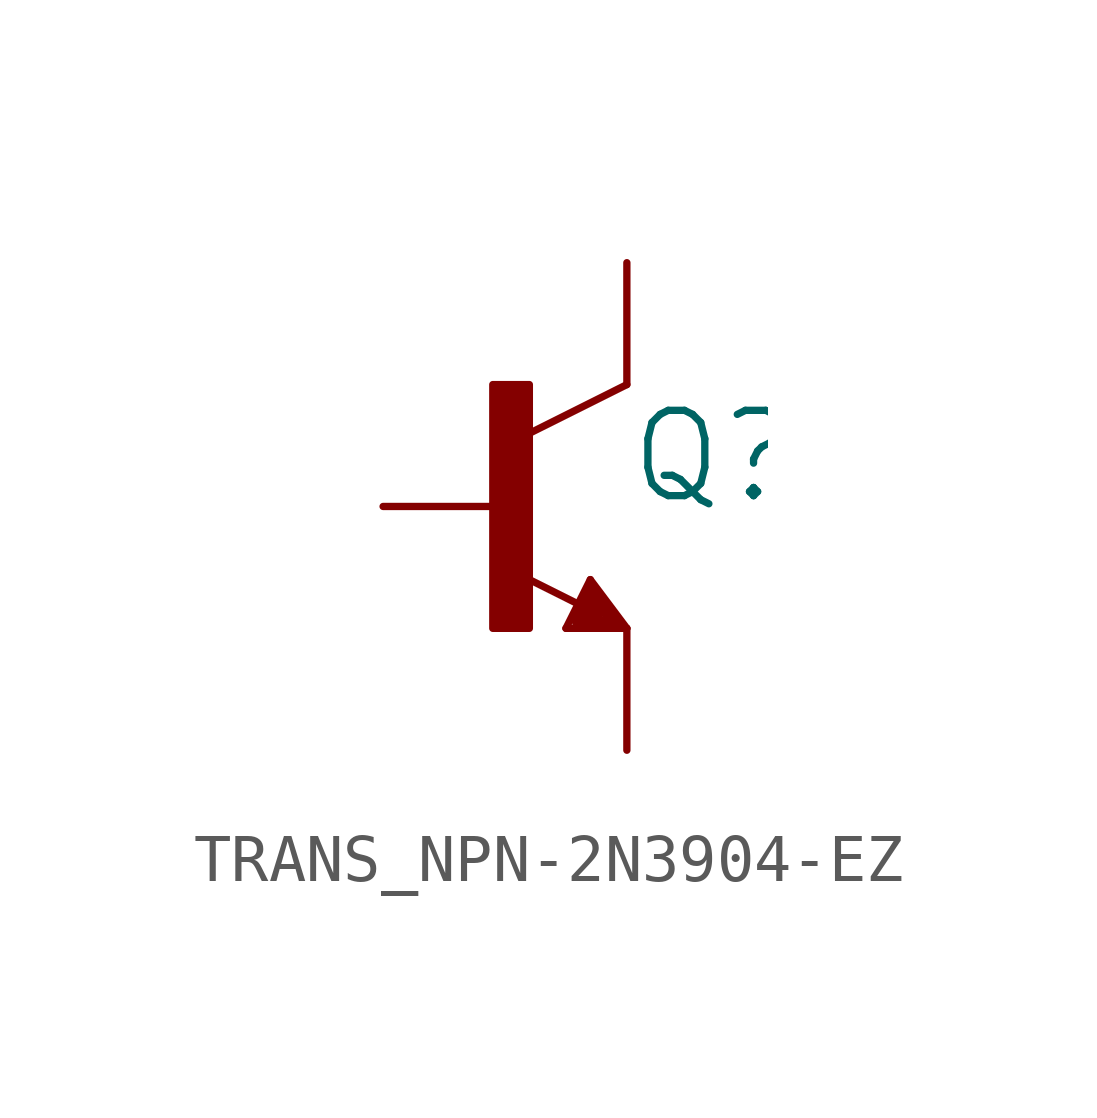
<source format=kicad_sym>
(kicad_symbol_lib
  (version 20241209)
  (generator "kicad_symbol_editor")
  (generator_version "9.0")
  (symbol "TRANS_NPN-2N3904-EZ"
    (property "Reference" "Q"
      (at 2.54 0 0)
      (effects (font (size 1.778 1.778)) (justify left bottom)))
    (property "Value" ""
      (at 2.54 -2.286 0)
      (effects (font (size 1.778 1.778)) (justify left bottom)))
    (property "ki_locked" ""
      (at 0 0 0)
      (effects (font (size 1.27 1.27))))
    (symbol "TRANS_NPN-2N3904-EZ_1_0"
      (rectangle (start -0.254 -2.54) (end 0.508 2.54) (stroke (width 0) (type default)) (fill (type outline)))
      (polyline (pts (xy 1.27 -2.54) (xy 1.778 -1.524)) (stroke (width 0.152) (type solid)) (fill (type none)))
      (polyline (pts (xy 1.524 -2.286) (xy 1.905 -2.286)) (stroke (width 0.254) (type solid)) (fill (type none)))
      (polyline (pts (xy 1.524 -2.413) (xy 2.286 -2.413)) (stroke (width 0.254) (type solid)) (fill (type none)))
      (polyline (pts (xy 1.54 -2.04) (xy 0.308 -1.424)) (stroke (width 0.152) (type solid)) (fill (type none)))
      (polyline (pts (xy 1.778 -1.524) (xy 2.54 -2.54)) (stroke (width 0.152) (type solid)) (fill (type none)))
      (polyline (pts (xy 1.778 -1.778) (xy 1.524 -2.286)) (stroke (width 0.254) (type solid)) (fill (type none)))
      (polyline (pts (xy 1.905 -2.286) (xy 1.778 -2.032)) (stroke (width 0.254) (type solid)) (fill (type none)))
      (polyline (pts (xy 2.286 -2.413) (xy 1.778 -1.778)) (stroke (width 0.254) (type solid)) (fill (type none)))
      (polyline (pts (xy 2.54 2.54) (xy 0.508 1.524)) (stroke (width 0.152) (type solid)) (fill (type none)))
      (polyline (pts (xy 2.54 -2.54) (xy 1.27 -2.54)) (stroke (width 0.152) (type solid)) (fill (type none)))
      (pin passive line (at -2.54 0 0) (length 2.54) (name "B" (effects (font (size 0 0)))) (number "2" (effects (font (size 0 0)))))
      (pin passive line (at 2.54 5.08 270) (length 2.54) (name "C" (effects (font (size 0 0)))) (number "3" (effects (font (size 0 0)))))
      (pin passive line (at 2.54 -5.08 90) (length 2.54) (name "E" (effects (font (size 0 0)))) (number "1" (effects (font (size 0 0))))))))
</source>
